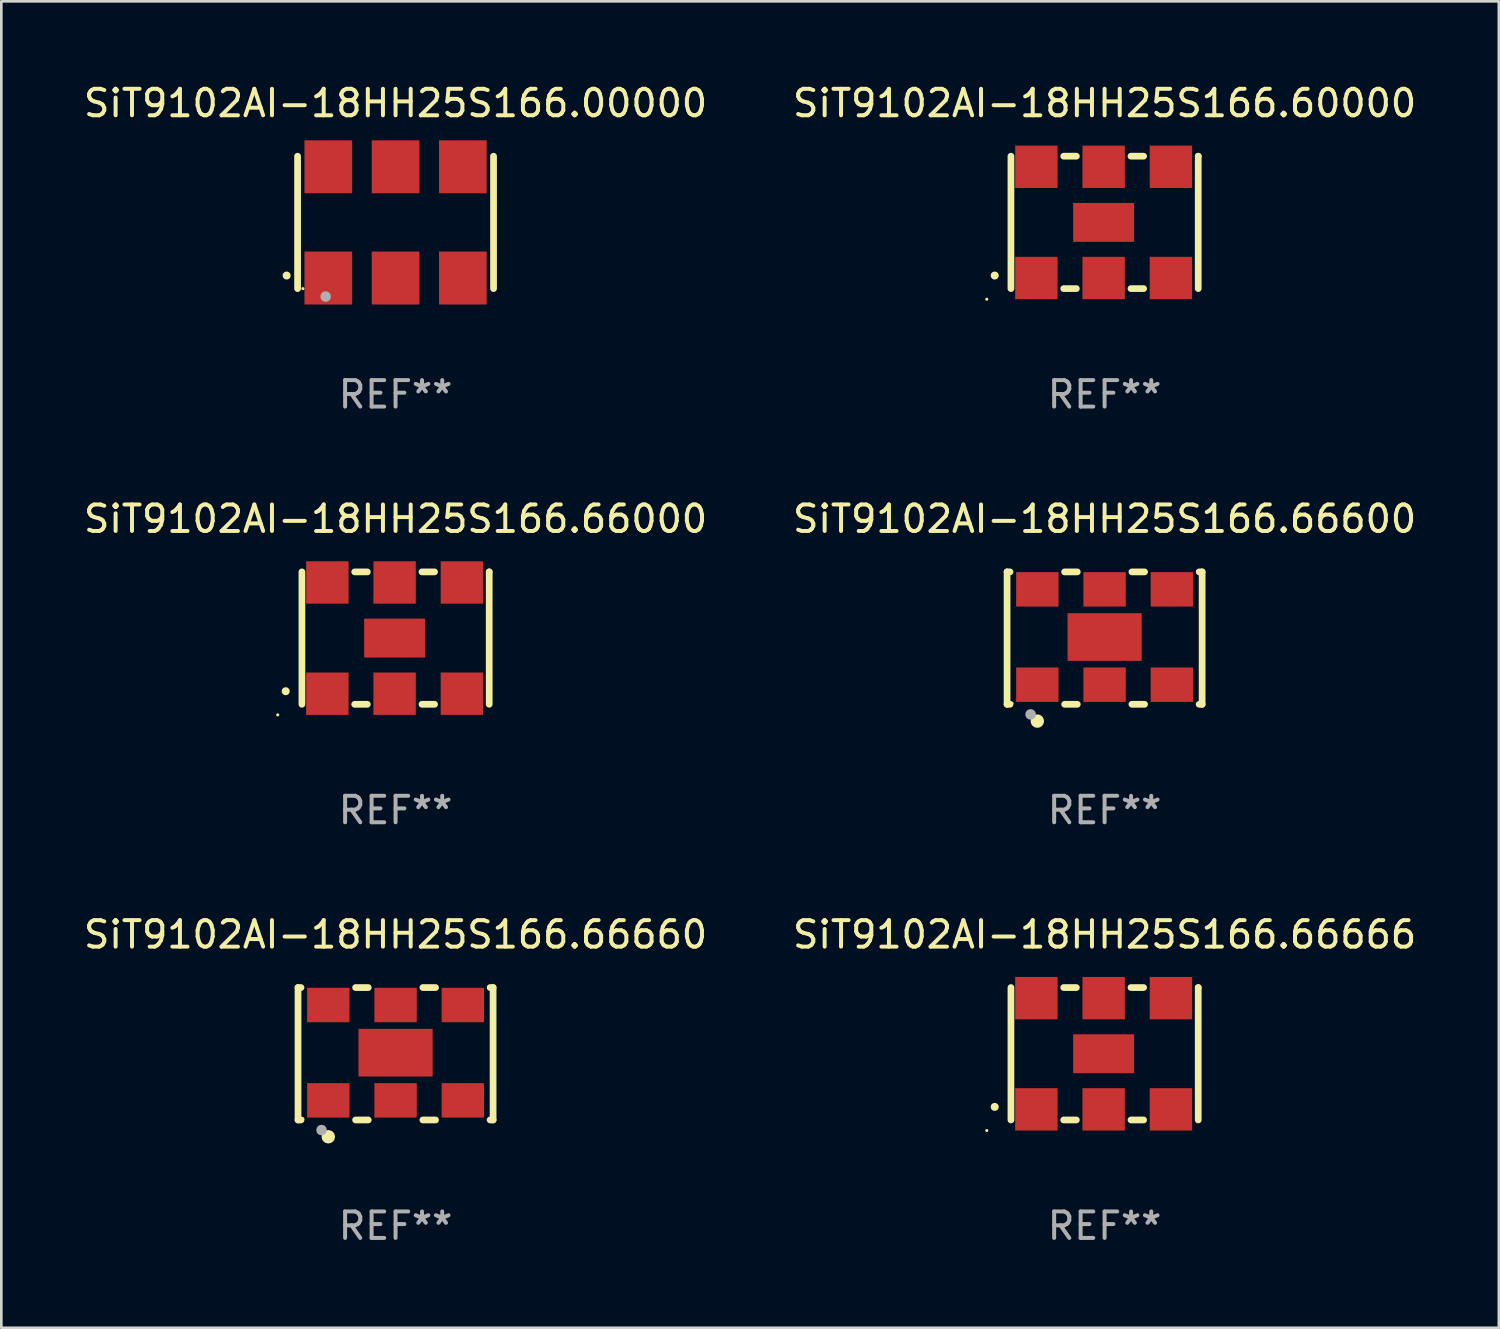
<source format=kicad_pcb>
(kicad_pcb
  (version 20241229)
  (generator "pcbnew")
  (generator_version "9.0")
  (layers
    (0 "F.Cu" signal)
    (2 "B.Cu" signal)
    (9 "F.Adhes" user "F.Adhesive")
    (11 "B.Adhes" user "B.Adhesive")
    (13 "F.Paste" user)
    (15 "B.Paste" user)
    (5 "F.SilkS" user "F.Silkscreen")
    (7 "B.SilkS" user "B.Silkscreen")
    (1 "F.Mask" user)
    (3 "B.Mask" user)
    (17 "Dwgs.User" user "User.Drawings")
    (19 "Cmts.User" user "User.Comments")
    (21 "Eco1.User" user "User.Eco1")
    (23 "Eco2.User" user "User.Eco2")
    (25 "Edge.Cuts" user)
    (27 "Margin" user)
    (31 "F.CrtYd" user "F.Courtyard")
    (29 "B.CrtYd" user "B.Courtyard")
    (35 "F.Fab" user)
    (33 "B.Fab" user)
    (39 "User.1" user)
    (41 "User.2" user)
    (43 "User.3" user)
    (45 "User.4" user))
  (footprint "SiT9102AI-18HH25S166.66666"
    (layer "F.Cu")
    (at 38.661 36.741)
    (property "Reference" "SiT9102AI-18HH25S166.66666" (at 0 -4.5 0) (layer "F.SilkS") (effects (font (size 1 1) (thickness 0.15))))
    (attr through_hole)
    (fp_line (start -3.536 -2.5) (end -3.536 2.5) (stroke (width 0.254) (type solid)) (layer "F.SilkS"))
    (fp_line (start -1.544 2.5) (end -1.067 2.5) (stroke (width 0.254) (type solid)) (layer "F.SilkS"))
    (fp_line (start -1.067 -2.5) (end -1.544 -2.5) (stroke (width 0.254) (type solid)) (layer "F.SilkS"))
    (fp_line (start 0.996 2.5) (end 1.473 2.5) (stroke (width 0.254) (type solid)) (layer "F.SilkS"))
    (fp_line (start 1.473 -2.5) (end 0.996 -2.5) (stroke (width 0.254) (type solid)) (layer "F.SilkS"))
    (fp_line (start 3.536 -2.5) (end 3.536 -2.5) (stroke (width 0.254) (type solid)) (layer "F.SilkS"))
    (fp_line (start 3.536 2.5) (end 3.536 -2.5) (stroke (width 0.254) (type solid)) (layer "F.SilkS"))
    (fp_arc (start -4.150432 2.006604) (mid -4.149162 2.006599) (end -4.147892 2.006604) (stroke (width 0.3) (type solid)) (layer "F.SilkS"))
    (fp_circle (center -4.449 2.9) (end -4.419 2.9) (stroke (width 0.06) (type solid)) (fill no) (layer "F.SilkS"))
    (fp_text user "REF**" (at 0 6.5 0) (layer "F.Fab") (effects (font (size 1 1) (thickness 0.15))))
    (pad "1" smd rect (at -2.576 2.1) (size 1.6 1.6) (layers "F.Cu" "F.Mask" "F.Paste"))
    (pad "2" smd rect (at -0.036 2.1) (size 1.6 1.6) (layers "F.Cu" "F.Mask" "F.Paste"))
    (pad "3" smd rect (at 2.504 2.1) (size 1.6 1.6) (layers "F.Cu" "F.Mask" "F.Paste"))
    (pad "4" smd rect (at 2.504 -2.1) (size 1.6 1.6) (layers "F.Cu" "F.Mask" "F.Paste"))
    (pad "5" smd rect (at -0.036 -2.1) (size 1.6 1.6) (layers "F.Cu" "F.Mask" "F.Paste"))
    (pad "6" smd rect (at -2.576 -2.1) (size 1.6 1.6) (layers "F.Cu" "F.Mask" "F.Paste"))
    (pad "7" smd rect (at -0.036 0) (size 2.3 1.47) (layers "F.Cu" "F.Mask" "F.Paste")))
  (footprint "SiT9102AI-18HH25S166.66660"
    (layer "F.Cu")
    (at 11.887 36.741)
    (property "Reference" "SiT9102AI-18HH25S166.66660" (at 0 -4.5 0) (layer "F.SilkS") (effects (font (size 1 1) (thickness 0.15))))
    (attr through_hole)
    (fp_line (start -3.683 -2.5) (end -3.571 -2.5) (stroke (width 0.254) (type solid)) (layer "F.SilkS"))
    (fp_line (start -3.683 2.5) (end -3.683 -2.5) (stroke (width 0.254) (type solid)) (layer "F.SilkS"))
    (fp_line (start -3.683 2.5) (end -3.571 2.5) (stroke (width 0.254) (type solid)) (layer "F.SilkS"))
    (fp_line (start -1.509 -2.5) (end -1.031 -2.5) (stroke (width 0.254) (type solid)) (layer "F.SilkS"))
    (fp_line (start -1.509 2.5) (end -1.031 2.5) (stroke (width 0.254) (type solid)) (layer "F.SilkS"))
    (fp_line (start 1.031 -2.5) (end 1.509 -2.5) (stroke (width 0.254) (type solid)) (layer "F.SilkS"))
    (fp_line (start 1.031 2.5) (end 1.509 2.5) (stroke (width 0.254) (type solid)) (layer "F.SilkS"))
    (fp_line (start 3.571 -2.5) (end 3.683 -2.5) (stroke (width 0.254) (type solid)) (layer "F.SilkS"))
    (fp_line (start 3.571 2.5) (end 3.683 2.5) (stroke (width 0.254) (type solid)) (layer "F.SilkS"))
    (fp_line (start 3.683 2.5) (end 3.683 -2.5) (stroke (width 0.254) (type solid)) (layer "F.SilkS"))
    (fp_circle (center -3.5 2.46) (end -3.47 2.46) (stroke (width 0.06) (type solid)) (fill no) (layer "F.SilkS"))
    (fp_circle (center -2.54 3.135) (end -2.413 3.135) (stroke (width 0.254) (type solid)) (fill no) (layer "F.SilkS"))
    (fp_circle (center -2.794 2.881) (end -2.694 2.881) (stroke (width 0.2) (type solid)) (fill no) (layer "F.Fab"))
    (fp_text user "REF**" (at 0 6.5 0) (layer "F.Fab") (effects (font (size 1 1) (thickness 0.15))))
    (pad "1" smd rect (at -2.54 1.76) (size 1.6 1.3) (layers "F.Cu" "F.Mask" "F.Paste"))
    (pad "2" smd rect (at 0 1.76) (size 1.6 1.3) (layers "F.Cu" "F.Mask" "F.Paste"))
    (pad "3" smd rect (at 2.54 1.76) (size 1.6 1.3) (layers "F.Cu" "F.Mask" "F.Paste"))
    (pad "4" smd rect (at 2.54 -1.84) (size 1.6 1.3) (layers "F.Cu" "F.Mask" "F.Paste"))
    (pad "5" smd rect (at 0 -1.84) (size 1.6 1.3) (layers "F.Cu" "F.Mask" "F.Paste"))
    (pad "6" smd rect (at -2.54 -1.84) (size 1.6 1.3) (layers "F.Cu" "F.Mask" "F.Paste"))
    (pad "7" smd rect (at 0 -0.04) (size 2.8 1.8) (layers "F.Cu" "F.Mask" "F.Paste")))
  (footprint "SiT9102AI-18HH25S166.00000"
    (layer "F.Cu")
    (at 11.887 5.348)
    (property "Reference" "SiT9102AI-18HH25S166.00000" (at 0 -4.5 0) (layer "F.SilkS") (effects (font (size 1 1) (thickness 0.15))))
    (attr through_hole)
    (fp_line (start -3.7 -2.5) (end -3.7 2.5) (stroke (width 0.254) (type solid)) (layer "F.SilkS"))
    (fp_line (start 3.7 -2.5) (end 3.7 2.5) (stroke (width 0.254) (type solid)) (layer "F.SilkS"))
    (fp_arc (start -4.114415 2.006604) (mid -4.113145 2.006599) (end -4.111875 2.006604) (stroke (width 0.3) (type solid)) (layer "F.SilkS"))
    (fp_circle (center -3.5 2.501) (end -3.47 2.501) (stroke (width 0.06) (type solid)) (fill no) (layer "F.SilkS"))
    (fp_circle (center -2.641 2.799) (end -2.541 2.799) (stroke (width 0.2) (type solid)) (fill no) (layer "F.Fab"))
    (fp_text user "REF**" (at 0 6.5 0) (layer "F.Fab") (effects (font (size 1 1) (thickness 0.15))))
    (pad "1" smd rect (at -2.54 2.1) (size 1.8 2) (layers "F.Cu" "F.Mask" "F.Paste"))
    (pad "2" smd rect (at 0.000394 2.1) (size 1.8 2) (layers "F.Cu" "F.Mask" "F.Paste"))
    (pad "3" smd rect (at 2.54 2.1) (size 1.8 2) (layers "F.Cu" "F.Mask" "F.Paste"))
    (pad "4" smd rect (at 2.54 -2.1) (size 1.8 2) (layers "F.Cu" "F.Mask" "F.Paste"))
    (pad "5" smd rect (at 0.000394 -2.1) (size 1.8 2) (layers "F.Cu" "F.Mask" "F.Paste"))
    (pad "6" smd rect (at -2.54 -2.1) (size 1.8 2) (layers "F.Cu" "F.Mask" "F.Paste")))
  (footprint "SiT9102AI-18HH25S166.60000"
    (layer "F.Cu")
    (at 38.661 5.348)
    (property "Reference" "SiT9102AI-18HH25S166.60000" (at 0 -4.5 0) (layer "F.SilkS") (effects (font (size 1 1) (thickness 0.15))))
    (attr through_hole)
    (fp_line (start -3.536 -2.5) (end -3.536 2.5) (stroke (width 0.254) (type solid)) (layer "F.SilkS"))
    (fp_line (start -1.544 2.5) (end -1.067 2.5) (stroke (width 0.254) (type solid)) (layer "F.SilkS"))
    (fp_line (start -1.067 -2.5) (end -1.544 -2.5) (stroke (width 0.254) (type solid)) (layer "F.SilkS"))
    (fp_line (start 0.996 2.5) (end 1.473 2.5) (stroke (width 0.254) (type solid)) (layer "F.SilkS"))
    (fp_line (start 1.473 -2.5) (end 0.996 -2.5) (stroke (width 0.254) (type solid)) (layer "F.SilkS"))
    (fp_line (start 3.536 -2.5) (end 3.536 -2.5) (stroke (width 0.254) (type solid)) (layer "F.SilkS"))
    (fp_line (start 3.536 2.5) (end 3.536 -2.5) (stroke (width 0.254) (type solid)) (layer "F.SilkS"))
    (fp_arc (start -4.150432 2.006604) (mid -4.149162 2.006599) (end -4.147892 2.006604) (stroke (width 0.3) (type solid)) (layer "F.SilkS"))
    (fp_circle (center -4.449 2.9) (end -4.419 2.9) (stroke (width 0.06) (type solid)) (fill no) (layer "F.SilkS"))
    (fp_text user "REF**" (at 0 6.5 0) (layer "F.Fab") (effects (font (size 1 1) (thickness 0.15))))
    (pad "1" smd rect (at -2.576 2.1) (size 1.6 1.6) (layers "F.Cu" "F.Mask" "F.Paste"))
    (pad "2" smd rect (at -0.036 2.1) (size 1.6 1.6) (layers "F.Cu" "F.Mask" "F.Paste"))
    (pad "3" smd rect (at 2.504 2.1) (size 1.6 1.6) (layers "F.Cu" "F.Mask" "F.Paste"))
    (pad "4" smd rect (at 2.504 -2.1) (size 1.6 1.6) (layers "F.Cu" "F.Mask" "F.Paste"))
    (pad "5" smd rect (at -0.036 -2.1) (size 1.6 1.6) (layers "F.Cu" "F.Mask" "F.Paste"))
    (pad "6" smd rect (at -2.576 -2.1) (size 1.6 1.6) (layers "F.Cu" "F.Mask" "F.Paste"))
    (pad "7" smd rect (at -0.036 0) (size 2.3 1.47) (layers "F.Cu" "F.Mask" "F.Paste")))
  (footprint "SiT9102AI-18HH25S166.66000"
    (layer "F.Cu")
    (at 11.887 21.045)
    (property "Reference" "SiT9102AI-18HH25S166.66000" (at 0 -4.5 0) (layer "F.SilkS") (effects (font (size 1 1) (thickness 0.15))))
    (attr through_hole)
    (fp_line (start -3.536 -2.5) (end -3.536 2.5) (stroke (width 0.254) (type solid)) (layer "F.SilkS"))
    (fp_line (start -1.544 2.5) (end -1.067 2.5) (stroke (width 0.254) (type solid)) (layer "F.SilkS"))
    (fp_line (start -1.067 -2.5) (end -1.544 -2.5) (stroke (width 0.254) (type solid)) (layer "F.SilkS"))
    (fp_line (start 0.996 2.5) (end 1.473 2.5) (stroke (width 0.254) (type solid)) (layer "F.SilkS"))
    (fp_line (start 1.473 -2.5) (end 0.996 -2.5) (stroke (width 0.254) (type solid)) (layer "F.SilkS"))
    (fp_line (start 3.536 -2.5) (end 3.536 -2.5) (stroke (width 0.254) (type solid)) (layer "F.SilkS"))
    (fp_line (start 3.536 2.5) (end 3.536 -2.5) (stroke (width 0.254) (type solid)) (layer "F.SilkS"))
    (fp_arc (start -4.150432 2.006604) (mid -4.149162 2.006599) (end -4.147892 2.006604) (stroke (width 0.3) (type solid)) (layer "F.SilkS"))
    (fp_circle (center -4.449 2.9) (end -4.419 2.9) (stroke (width 0.06) (type solid)) (fill no) (layer "F.SilkS"))
    (fp_text user "REF**" (at 0 6.5 0) (layer "F.Fab") (effects (font (size 1 1) (thickness 0.15))))
    (pad "1" smd rect (at -2.576 2.1) (size 1.6 1.6) (layers "F.Cu" "F.Mask" "F.Paste"))
    (pad "2" smd rect (at -0.036 2.1) (size 1.6 1.6) (layers "F.Cu" "F.Mask" "F.Paste"))
    (pad "3" smd rect (at 2.504 2.1) (size 1.6 1.6) (layers "F.Cu" "F.Mask" "F.Paste"))
    (pad "4" smd rect (at 2.504 -2.1) (size 1.6 1.6) (layers "F.Cu" "F.Mask" "F.Paste"))
    (pad "5" smd rect (at -0.036 -2.1) (size 1.6 1.6) (layers "F.Cu" "F.Mask" "F.Paste"))
    (pad "6" smd rect (at -2.576 -2.1) (size 1.6 1.6) (layers "F.Cu" "F.Mask" "F.Paste"))
    (pad "7" smd rect (at -0.036 0) (size 2.3 1.47) (layers "F.Cu" "F.Mask" "F.Paste")))
  (footprint "SiT9102AI-18HH25S166.66600"
    (layer "F.Cu")
    (at 38.661 21.045)
    (property "Reference" "SiT9102AI-18HH25S166.66600" (at 0 -4.5 0) (layer "F.SilkS") (effects (font (size 1 1) (thickness 0.15))))
    (attr through_hole)
    (fp_line (start -3.683 -2.5) (end -3.571 -2.5) (stroke (width 0.254) (type solid)) (layer "F.SilkS"))
    (fp_line (start -3.683 2.5) (end -3.683 -2.5) (stroke (width 0.254) (type solid)) (layer "F.SilkS"))
    (fp_line (start -3.683 2.5) (end -3.571 2.5) (stroke (width 0.254) (type solid)) (layer "F.SilkS"))
    (fp_line (start -1.509 -2.5) (end -1.031 -2.5) (stroke (width 0.254) (type solid)) (layer "F.SilkS"))
    (fp_line (start -1.509 2.5) (end -1.031 2.5) (stroke (width 0.254) (type solid)) (layer "F.SilkS"))
    (fp_line (start 1.031 -2.5) (end 1.509 -2.5) (stroke (width 0.254) (type solid)) (layer "F.SilkS"))
    (fp_line (start 1.031 2.5) (end 1.509 2.5) (stroke (width 0.254) (type solid)) (layer "F.SilkS"))
    (fp_line (start 3.571 -2.5) (end 3.683 -2.5) (stroke (width 0.254) (type solid)) (layer "F.SilkS"))
    (fp_line (start 3.571 2.5) (end 3.683 2.5) (stroke (width 0.254) (type solid)) (layer "F.SilkS"))
    (fp_line (start 3.683 2.5) (end 3.683 -2.5) (stroke (width 0.254) (type solid)) (layer "F.SilkS"))
    (fp_circle (center -3.5 2.46) (end -3.47 2.46) (stroke (width 0.06) (type solid)) (fill no) (layer "F.SilkS"))
    (fp_circle (center -2.54 3.135) (end -2.413 3.135) (stroke (width 0.254) (type solid)) (fill no) (layer "F.SilkS"))
    (fp_circle (center -2.794 2.881) (end -2.694 2.881) (stroke (width 0.2) (type solid)) (fill no) (layer "F.Fab"))
    (fp_text user "REF**" (at 0 6.5 0) (layer "F.Fab") (effects (font (size 1 1) (thickness 0.15))))
    (pad "1" smd rect (at -2.54 1.76) (size 1.6 1.3) (layers "F.Cu" "F.Mask" "F.Paste"))
    (pad "2" smd rect (at 0 1.76) (size 1.6 1.3) (layers "F.Cu" "F.Mask" "F.Paste"))
    (pad "3" smd rect (at 2.54 1.76) (size 1.6 1.3) (layers "F.Cu" "F.Mask" "F.Paste"))
    (pad "4" smd rect (at 2.54 -1.84) (size 1.6 1.3) (layers "F.Cu" "F.Mask" "F.Paste"))
    (pad "5" smd rect (at 0 -1.84) (size 1.6 1.3) (layers "F.Cu" "F.Mask" "F.Paste"))
    (pad "6" smd rect (at -2.54 -1.84) (size 1.6 1.3) (layers "F.Cu" "F.Mask" "F.Paste"))
    (pad "7" smd rect (at 0 -0.04) (size 2.8 1.8) (layers "F.Cu" "F.Mask" "F.Paste")))
  (gr_rect
    (start -3 -3)
    (end 53.548 47.09)
    (stroke (width 0.1) (type default))
    (fill no)
    (layer "Edge.Cuts")))
</source>
